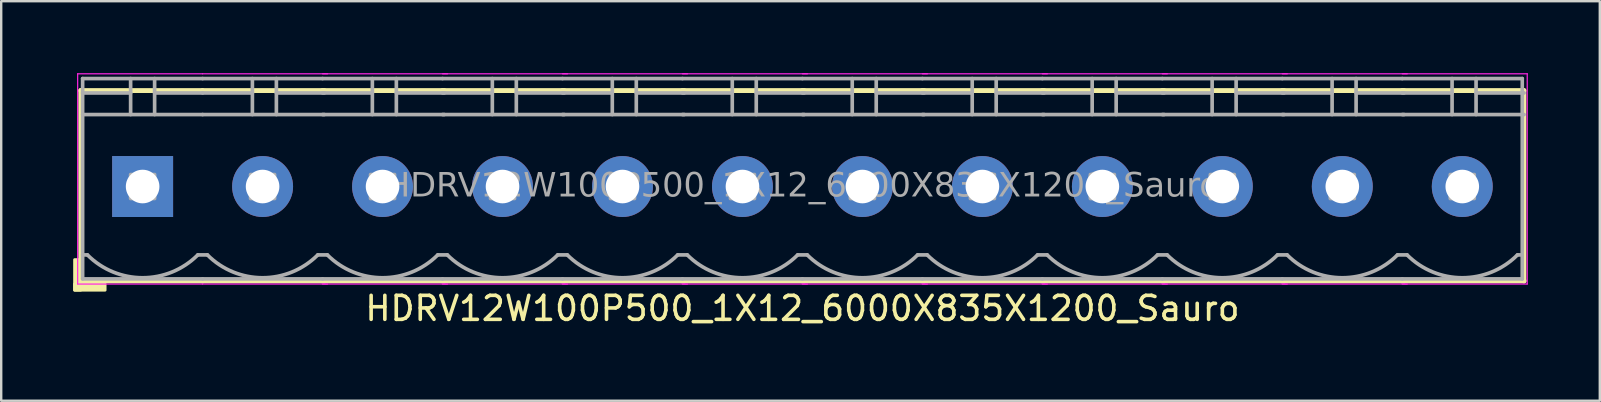
<source format=kicad_pcb>
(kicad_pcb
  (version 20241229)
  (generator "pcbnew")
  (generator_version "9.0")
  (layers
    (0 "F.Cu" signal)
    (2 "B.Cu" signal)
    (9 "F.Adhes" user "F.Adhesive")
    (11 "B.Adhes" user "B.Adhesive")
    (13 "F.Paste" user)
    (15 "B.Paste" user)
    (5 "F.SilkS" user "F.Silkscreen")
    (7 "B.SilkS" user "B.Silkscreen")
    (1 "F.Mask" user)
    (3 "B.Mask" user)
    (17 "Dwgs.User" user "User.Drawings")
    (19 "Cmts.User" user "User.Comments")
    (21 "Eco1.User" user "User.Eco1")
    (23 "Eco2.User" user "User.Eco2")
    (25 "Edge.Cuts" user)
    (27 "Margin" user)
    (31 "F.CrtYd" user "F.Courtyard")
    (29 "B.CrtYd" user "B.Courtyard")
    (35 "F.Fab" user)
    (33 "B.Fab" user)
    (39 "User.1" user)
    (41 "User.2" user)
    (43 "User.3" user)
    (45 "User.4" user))
  (footprint "HDRV12W100P500_1X12_6000X835X1200_Sauro"
    (layer "F.Cu")
    (at 30.394 4.724)
    (property "Reference" "HDRV12W100P500_1X12_6000X835X1200_Sauro" (at 0 5.08 0) (layer "F.SilkS") (effects (font (size 1 1) (thickness 0.15))))
    (attr through_hole)
    (fp_line (start -30.08 -4) (end -30.08 3.937) (stroke (width 0.203) (type solid)) (layer "F.SilkS"))
    (fp_line (start -30.08 3.937) (end -25 3.937) (stroke (width 0.203) (type solid)) (layer "F.SilkS"))
    (fp_line (start -25.005 -4) (end -30.08 -4) (stroke (width 0.203) (type solid)) (layer "F.SilkS"))
    (fp_line (start -25 3.937) (end -19.92 3.937) (stroke (width 0.203) (type solid)) (layer "F.SilkS"))
    (fp_line (start -20 3.937) (end -14.92 3.937) (stroke (width 0.203) (type solid)) (layer "F.SilkS"))
    (fp_line (start -19.93 -4) (end -25.005 -4) (stroke (width 0.203) (type solid)) (layer "F.SilkS"))
    (fp_line (start -15 3.937) (end -9.92 3.937) (stroke (width 0.203) (type solid)) (layer "F.SilkS"))
    (fp_line (start -14.93 -4) (end -20.005 -4) (stroke (width 0.203) (type solid)) (layer "F.SilkS"))
    (fp_line (start -10 3.937) (end -4.92 3.937) (stroke (width 0.203) (type solid)) (layer "F.SilkS"))
    (fp_line (start -9.93 -4) (end -15.005 -4) (stroke (width 0.203) (type solid)) (layer "F.SilkS"))
    (fp_line (start -5 3.937) (end 0.08 3.937) (stroke (width 0.203) (type solid)) (layer "F.SilkS"))
    (fp_line (start -4.93 -4) (end -10.005 -4) (stroke (width 0.203) (type solid)) (layer "F.SilkS"))
    (fp_line (start 0 3.937) (end 5.08 3.937) (stroke (width 0.203) (type solid)) (layer "F.SilkS"))
    (fp_line (start 0.07 -4) (end -5.005 -4) (stroke (width 0.203) (type solid)) (layer "F.SilkS"))
    (fp_line (start 5 3.937) (end 10.08 3.937) (stroke (width 0.203) (type solid)) (layer "F.SilkS"))
    (fp_line (start 5.07 -4) (end -0.005 -4) (stroke (width 0.203) (type solid)) (layer "F.SilkS"))
    (fp_line (start 10 3.937) (end 15.08 3.937) (stroke (width 0.203) (type solid)) (layer "F.SilkS"))
    (fp_line (start 10.07 -4) (end 4.995 -4) (stroke (width 0.203) (type solid)) (layer "F.SilkS"))
    (fp_line (start 15 3.937) (end 20.08 3.937) (stroke (width 0.203) (type solid)) (layer "F.SilkS"))
    (fp_line (start 15.07 -4) (end 9.995 -4) (stroke (width 0.203) (type solid)) (layer "F.SilkS"))
    (fp_line (start 20 3.937) (end 25.08 3.937) (stroke (width 0.203) (type solid)) (layer "F.SilkS"))
    (fp_line (start 20.07 -4) (end 14.995 -4) (stroke (width 0.203) (type solid)) (layer "F.SilkS"))
    (fp_line (start 25 3.937) (end 30.08 3.937) (stroke (width 0.203) (type solid)) (layer "F.SilkS"))
    (fp_line (start 25.07 -4) (end 19.995 -4) (stroke (width 0.203) (type solid)) (layer "F.SilkS"))
    (fp_line (start 30.07 -4) (end 24.995 -4) (stroke (width 0.203) (type solid)) (layer "F.SilkS"))
    (fp_line (start 30.07 -4) (end 30.07 3.937) (stroke (width 0.203) (type solid)) (layer "F.SilkS"))
    (fp_rect (start -30.08 3.048) (end -30.334 4.318) (stroke (width 0.12) (type solid)) (fill yes) (layer "F.SilkS"))
    (fp_rect (start -29.064 4.318) (end -30.334 4.064) (stroke (width 0.12) (type solid)) (fill yes) (layer "F.SilkS"))
    (fp_line (start -30.207 4.064) (end -30.207 -4.699) (stroke (width 0.05) (type solid)) (layer "F.CrtYd"))
    (fp_line (start -25.005 4.064) (end -30.207 4.064) (stroke (width 0.05) (type solid)) (layer "F.CrtYd"))
    (fp_line (start -25 -4.699) (end -30.207 -4.699) (stroke (width 0.05) (type solid)) (layer "F.CrtYd"))
    (fp_line (start -19.793 -4.699) (end -25 -4.699) (stroke (width 0.05) (type solid)) (layer "F.CrtYd"))
    (fp_line (start -19.793 4.064) (end -25.005 4.064) (stroke (width 0.05) (type solid)) (layer "F.CrtYd"))
    (fp_line (start -14.793 -4.699) (end -20 -4.699) (stroke (width 0.05) (type solid)) (layer "F.CrtYd"))
    (fp_line (start -14.793 4.064) (end -20.005 4.064) (stroke (width 0.05) (type solid)) (layer "F.CrtYd"))
    (fp_line (start -9.793 -4.699) (end -15 -4.699) (stroke (width 0.05) (type solid)) (layer "F.CrtYd"))
    (fp_line (start -9.793 4.064) (end -15.005 4.064) (stroke (width 0.05) (type solid)) (layer "F.CrtYd"))
    (fp_line (start -4.793 -4.699) (end -10 -4.699) (stroke (width 0.05) (type solid)) (layer "F.CrtYd"))
    (fp_line (start -4.793 4.064) (end -10.005 4.064) (stroke (width 0.05) (type solid)) (layer "F.CrtYd"))
    (fp_line (start 0.207 -4.699) (end -5 -4.699) (stroke (width 0.05) (type solid)) (layer "F.CrtYd"))
    (fp_line (start 0.207 4.064) (end -5.005 4.064) (stroke (width 0.05) (type solid)) (layer "F.CrtYd"))
    (fp_line (start 5.207 -4.699) (end 0 -4.699) (stroke (width 0.05) (type solid)) (layer "F.CrtYd"))
    (fp_line (start 5.207 4.064) (end -0.005 4.064) (stroke (width 0.05) (type solid)) (layer "F.CrtYd"))
    (fp_line (start 10.207 -4.699) (end 5 -4.699) (stroke (width 0.05) (type solid)) (layer "F.CrtYd"))
    (fp_line (start 10.207 4.064) (end 4.995 4.064) (stroke (width 0.05) (type solid)) (layer "F.CrtYd"))
    (fp_line (start 15.207 -4.699) (end 10 -4.699) (stroke (width 0.05) (type solid)) (layer "F.CrtYd"))
    (fp_line (start 15.207 4.064) (end 9.995 4.064) (stroke (width 0.05) (type solid)) (layer "F.CrtYd"))
    (fp_line (start 20.207 -4.699) (end 15 -4.699) (stroke (width 0.05) (type solid)) (layer "F.CrtYd"))
    (fp_line (start 20.207 4.064) (end 14.995 4.064) (stroke (width 0.05) (type solid)) (layer "F.CrtYd"))
    (fp_line (start 25.207 -4.699) (end 20 -4.699) (stroke (width 0.05) (type solid)) (layer "F.CrtYd"))
    (fp_line (start 25.207 4.064) (end 19.995 4.064) (stroke (width 0.05) (type solid)) (layer "F.CrtYd"))
    (fp_line (start 30.207 -4.699) (end 25 -4.699) (stroke (width 0.05) (type solid)) (layer "F.CrtYd"))
    (fp_line (start 30.207 -4.699) (end 30.207 4.064) (stroke (width 0.05) (type solid)) (layer "F.CrtYd"))
    (fp_line (start 30.207 4.064) (end 24.995 4.064) (stroke (width 0.05) (type solid)) (layer "F.CrtYd"))
    (fp_line (start -30 -4.5) (end -30 3.85) (stroke (width 0.152) (type solid)) (layer "F.Fab"))
    (fp_line (start -29.8 2.85) (end -30 2.85) (stroke (width 0.152) (type solid)) (layer "F.Fab"))
    (fp_line (start -28 -4.5) (end -28 -3) (stroke (width 0.152) (type default)) (layer "F.Fab"))
    (fp_line (start -28 -3.9) (end -30 -3.9) (stroke (width 0.152) (type solid)) (layer "F.Fab"))
    (fp_line (start -27 -4.5) (end -27 -3) (stroke (width 0.152) (type default)) (layer "F.Fab"))
    (fp_line (start -27 -3.9) (end -25 -3.9) (stroke (width 0.152) (type solid)) (layer "F.Fab"))
    (fp_line (start -25.2 2.85) (end -24.8 2.85) (stroke (width 0.152) (type solid)) (layer "F.Fab"))
    (fp_line (start -25 -4.5) (end -30 -4.5) (stroke (width 0.152) (type solid)) (layer "F.Fab"))
    (fp_line (start -25 -3) (end -30 -3) (stroke (width 0.152) (type solid)) (layer "F.Fab"))
    (fp_line (start -25 3.85) (end -30 3.85) (stroke (width 0.152) (type solid)) (layer "F.Fab"))
    (fp_line (start -25 3.85) (end -20 3.85) (stroke (width 0.152) (type solid)) (layer "F.Fab"))
    (fp_line (start -22.925 -4.5) (end -22.925 -3) (stroke (width 0.152) (type default)) (layer "F.Fab"))
    (fp_line (start -22.925 -3.9) (end -25 -3.9) (stroke (width 0.152) (type solid)) (layer "F.Fab"))
    (fp_line (start -21.925 -4.5) (end -21.925 -3) (stroke (width 0.152) (type default)) (layer "F.Fab"))
    (fp_line (start -21.925 -3.9) (end -19.925 -3.9) (stroke (width 0.152) (type solid)) (layer "F.Fab"))
    (fp_line (start -20.2 2.85) (end -19.8 2.85) (stroke (width 0.152) (type solid)) (layer "F.Fab"))
    (fp_line (start -20 -4.5) (end -25 -4.5) (stroke (width 0.152) (type solid)) (layer "F.Fab"))
    (fp_line (start -20 3.85) (end -15 3.85) (stroke (width 0.152) (type solid)) (layer "F.Fab"))
    (fp_line (start -19.925 -3) (end -25 -3) (stroke (width 0.152) (type solid)) (layer "F.Fab"))
    (fp_line (start -17.925 -4.5) (end -17.925 -3) (stroke (width 0.152) (type default)) (layer "F.Fab"))
    (fp_line (start -17.925 -3.9) (end -20 -3.9) (stroke (width 0.152) (type solid)) (layer "F.Fab"))
    (fp_line (start -16.925 -4.5) (end -16.925 -3) (stroke (width 0.152) (type default)) (layer "F.Fab"))
    (fp_line (start -16.925 -3.9) (end -14.925 -3.9) (stroke (width 0.152) (type solid)) (layer "F.Fab"))
    (fp_line (start -15.2 2.85) (end -14.8 2.85) (stroke (width 0.152) (type solid)) (layer "F.Fab"))
    (fp_line (start -15 -4.5) (end -20 -4.5) (stroke (width 0.152) (type solid)) (layer "F.Fab"))
    (fp_line (start -15 3.85) (end -10 3.85) (stroke (width 0.152) (type solid)) (layer "F.Fab"))
    (fp_line (start -14.925 -3) (end -20 -3) (stroke (width 0.152) (type solid)) (layer "F.Fab"))
    (fp_line (start -12.925 -4.5) (end -12.925 -3) (stroke (width 0.152) (type default)) (layer "F.Fab"))
    (fp_line (start -12.925 -3.9) (end -15 -3.9) (stroke (width 0.152) (type solid)) (layer "F.Fab"))
    (fp_line (start -11.925 -4.5) (end -11.925 -3) (stroke (width 0.152) (type default)) (layer "F.Fab"))
    (fp_line (start -11.925 -3.9) (end -9.925 -3.9) (stroke (width 0.152) (type solid)) (layer "F.Fab"))
    (fp_line (start -10.2 2.85) (end -9.8 2.85) (stroke (width 0.152) (type solid)) (layer "F.Fab"))
    (fp_line (start -10 -4.5) (end -15 -4.5) (stroke (width 0.152) (type solid)) (layer "F.Fab"))
    (fp_line (start -10 3.85) (end -5 3.85) (stroke (width 0.152) (type solid)) (layer "F.Fab"))
    (fp_line (start -9.925 -3) (end -15 -3) (stroke (width 0.152) (type solid)) (layer "F.Fab"))
    (fp_line (start -7.925 -4.5) (end -7.925 -3) (stroke (width 0.152) (type default)) (layer "F.Fab"))
    (fp_line (start -7.925 -3.9) (end -10 -3.9) (stroke (width 0.152) (type solid)) (layer "F.Fab"))
    (fp_line (start -6.925 -4.5) (end -6.925 -3) (stroke (width 0.152) (type default)) (layer "F.Fab"))
    (fp_line (start -6.925 -3.9) (end -4.925 -3.9) (stroke (width 0.152) (type solid)) (layer "F.Fab"))
    (fp_line (start -5.2 2.85) (end -4.8 2.85) (stroke (width 0.152) (type solid)) (layer "F.Fab"))
    (fp_line (start -5 -4.5) (end -10 -4.5) (stroke (width 0.152) (type solid)) (layer "F.Fab"))
    (fp_line (start -5 3.85) (end 0 3.85) (stroke (width 0.152) (type solid)) (layer "F.Fab"))
    (fp_line (start -4.925 -3) (end -10 -3) (stroke (width 0.152) (type solid)) (layer "F.Fab"))
    (fp_line (start -2.925 -4.5) (end -2.925 -3) (stroke (width 0.152) (type default)) (layer "F.Fab"))
    (fp_line (start -2.925 -3.9) (end -5 -3.9) (stroke (width 0.152) (type solid)) (layer "F.Fab"))
    (fp_line (start -1.925 -4.5) (end -1.925 -3) (stroke (width 0.152) (type default)) (layer "F.Fab"))
    (fp_line (start -1.925 -3.9) (end 0.075 -3.9) (stroke (width 0.152) (type solid)) (layer "F.Fab"))
    (fp_line (start -0.2 2.85) (end 0.2 2.85) (stroke (width 0.152) (type solid)) (layer "F.Fab"))
    (fp_line (start 0 -4.5) (end -5 -4.5) (stroke (width 0.152) (type solid)) (layer "F.Fab"))
    (fp_line (start 0 3.85) (end 5 3.85) (stroke (width 0.152) (type solid)) (layer "F.Fab"))
    (fp_line (start 0.075 -3) (end -5 -3) (stroke (width 0.152) (type solid)) (layer "F.Fab"))
    (fp_line (start 2.075 -4.5) (end 2.075 -3) (stroke (width 0.152) (type default)) (layer "F.Fab"))
    (fp_line (start 2.075 -3.9) (end 0 -3.9) (stroke (width 0.152) (type solid)) (layer "F.Fab"))
    (fp_line (start 3.075 -4.5) (end 3.075 -3) (stroke (width 0.152) (type default)) (layer "F.Fab"))
    (fp_line (start 3.075 -3.9) (end 5.075 -3.9) (stroke (width 0.152) (type solid)) (layer "F.Fab"))
    (fp_line (start 4.8 2.85) (end 5.2 2.85) (stroke (width 0.152) (type solid)) (layer "F.Fab"))
    (fp_line (start 5 -4.5) (end 0 -4.5) (stroke (width 0.152) (type solid)) (layer "F.Fab"))
    (fp_line (start 5 3.85) (end 10 3.85) (stroke (width 0.152) (type solid)) (layer "F.Fab"))
    (fp_line (start 5.075 -3) (end 0 -3) (stroke (width 0.152) (type solid)) (layer "F.Fab"))
    (fp_line (start 7.075 -4.5) (end 7.075 -3) (stroke (width 0.152) (type default)) (layer "F.Fab"))
    (fp_line (start 7.075 -3.9) (end 5 -3.9) (stroke (width 0.152) (type solid)) (layer "F.Fab"))
    (fp_line (start 8.075 -4.5) (end 8.075 -3) (stroke (width 0.152) (type default)) (layer "F.Fab"))
    (fp_line (start 8.075 -3.9) (end 10.075 -3.9) (stroke (width 0.152) (type solid)) (layer "F.Fab"))
    (fp_line (start 9.8 2.85) (end 10.2 2.85) (stroke (width 0.152) (type solid)) (layer "F.Fab"))
    (fp_line (start 10 -4.5) (end 5 -4.5) (stroke (width 0.152) (type solid)) (layer "F.Fab"))
    (fp_line (start 10 3.85) (end 15 3.85) (stroke (width 0.152) (type solid)) (layer "F.Fab"))
    (fp_line (start 10.075 -3) (end 5 -3) (stroke (width 0.152) (type solid)) (layer "F.Fab"))
    (fp_line (start 12.075 -4.5) (end 12.075 -3) (stroke (width 0.152) (type default)) (layer "F.Fab"))
    (fp_line (start 12.075 -3.9) (end 10 -3.9) (stroke (width 0.152) (type solid)) (layer "F.Fab"))
    (fp_line (start 13.075 -4.5) (end 13.075 -3) (stroke (width 0.152) (type default)) (layer "F.Fab"))
    (fp_line (start 13.075 -3.9) (end 15.075 -3.9) (stroke (width 0.152) (type solid)) (layer "F.Fab"))
    (fp_line (start 14.8 2.85) (end 15.2 2.85) (stroke (width 0.152) (type solid)) (layer "F.Fab"))
    (fp_line (start 15 -4.5) (end 10 -4.5) (stroke (width 0.152) (type solid)) (layer "F.Fab"))
    (fp_line (start 15 3.85) (end 20 3.85) (stroke (width 0.152) (type solid)) (layer "F.Fab"))
    (fp_line (start 15.075 -3) (end 10 -3) (stroke (width 0.152) (type solid)) (layer "F.Fab"))
    (fp_line (start 17.075 -4.5) (end 17.075 -3) (stroke (width 0.152) (type default)) (layer "F.Fab"))
    (fp_line (start 17.075 -3.9) (end 15 -3.9) (stroke (width 0.152) (type solid)) (layer "F.Fab"))
    (fp_line (start 18.075 -4.5) (end 18.075 -3) (stroke (width 0.152) (type default)) (layer "F.Fab"))
    (fp_line (start 18.075 -3.9) (end 20.075 -3.9) (stroke (width 0.152) (type solid)) (layer "F.Fab"))
    (fp_line (start 19.8 2.85) (end 20.2 2.85) (stroke (width 0.152) (type solid)) (layer "F.Fab"))
    (fp_line (start 20 -4.5) (end 15 -4.5) (stroke (width 0.152) (type solid)) (layer "F.Fab"))
    (fp_line (start 20 3.85) (end 25 3.85) (stroke (width 0.152) (type solid)) (layer "F.Fab"))
    (fp_line (start 20.075 -3) (end 15 -3) (stroke (width 0.152) (type solid)) (layer "F.Fab"))
    (fp_line (start 22.075 -4.5) (end 22.075 -3) (stroke (width 0.152) (type default)) (layer "F.Fab"))
    (fp_line (start 22.075 -3.9) (end 20 -3.9) (stroke (width 0.152) (type solid)) (layer "F.Fab"))
    (fp_line (start 23.075 -4.5) (end 23.075 -3) (stroke (width 0.152) (type default)) (layer "F.Fab"))
    (fp_line (start 23.075 -3.9) (end 25.075 -3.9) (stroke (width 0.152) (type solid)) (layer "F.Fab"))
    (fp_line (start 24.8 2.85) (end 25.2 2.85) (stroke (width 0.152) (type solid)) (layer "F.Fab"))
    (fp_line (start 25 -4.5) (end 20 -4.5) (stroke (width 0.152) (type solid)) (layer "F.Fab"))
    (fp_line (start 25 3.85) (end 30 3.85) (stroke (width 0.152) (type solid)) (layer "F.Fab"))
    (fp_line (start 25.075 -3) (end 20 -3) (stroke (width 0.152) (type solid)) (layer "F.Fab"))
    (fp_line (start 27.075 -4.5) (end 27.075 -3) (stroke (width 0.152) (type default)) (layer "F.Fab"))
    (fp_line (start 27.075 -3.9) (end 25 -3.9) (stroke (width 0.152) (type solid)) (layer "F.Fab"))
    (fp_line (start 28.075 -4.5) (end 28.075 -3) (stroke (width 0.152) (type default)) (layer "F.Fab"))
    (fp_line (start 28.075 -3.9) (end 30.075 -3.9) (stroke (width 0.152) (type solid)) (layer "F.Fab"))
    (fp_line (start 30 -4.5) (end 25 -4.5) (stroke (width 0.152) (type solid)) (layer "F.Fab"))
    (fp_line (start 30 -4.5) (end 30 3.85) (stroke (width 0.152) (type solid)) (layer "F.Fab"))
    (fp_line (start 30 2.85) (end 29.8 2.85) (stroke (width 0.152) (type solid)) (layer "F.Fab"))
    (fp_line (start 30.075 -3) (end 25 -3) (stroke (width 0.152) (type solid)) (layer "F.Fab"))
    (fp_rect (start -28 -0.5) (end -27 0.5) (stroke (width 0.152) (type solid)) (fill no) (layer "F.Fab"))
    (fp_rect (start -23 -0.5) (end -22 0.5) (stroke (width 0.152) (type solid)) (fill no) (layer "F.Fab"))
    (fp_rect (start -18 -0.5) (end -17 0.5) (stroke (width 0.152) (type solid)) (fill no) (layer "F.Fab"))
    (fp_rect (start -13 -0.5) (end -12 0.5) (stroke (width 0.152) (type solid)) (fill no) (layer "F.Fab"))
    (fp_rect (start -8 -0.5) (end -7 0.5) (stroke (width 0.152) (type solid)) (fill no) (layer "F.Fab"))
    (fp_rect (start -3 -0.5) (end -2 0.5) (stroke (width 0.152) (type solid)) (fill no) (layer "F.Fab"))
    (fp_rect (start 2 -0.5) (end 3 0.5) (stroke (width 0.152) (type solid)) (fill no) (layer "F.Fab"))
    (fp_rect (start 7 -0.5) (end 8 0.5) (stroke (width 0.152) (type solid)) (fill no) (layer "F.Fab"))
    (fp_rect (start 12 -0.5) (end 13 0.5) (stroke (width 0.152) (type solid)) (fill no) (layer "F.Fab"))
    (fp_rect (start 17 -0.5) (end 18 0.5) (stroke (width 0.152) (type solid)) (fill no) (layer "F.Fab"))
    (fp_rect (start 22 -0.5) (end 23 0.5) (stroke (width 0.152) (type solid)) (fill no) (layer "F.Fab"))
    (fp_rect (start 27 -0.5) (end 28 0.5) (stroke (width 0.152) (type solid)) (fill no) (layer "F.Fab"))
    (fp_arc (start -25.2 2.85) (mid -27.5 3.802691) (end -29.8 2.85) (stroke (width 0.1524) (type default)) (layer "F.Fab"))
    (fp_arc (start -20.2 2.85) (mid -22.5 3.802691) (end -24.8 2.85) (stroke (width 0.1524) (type default)) (layer "F.Fab"))
    (fp_arc (start -15.2 2.85) (mid -17.5 3.802691) (end -19.8 2.85) (stroke (width 0.1524) (type default)) (layer "F.Fab"))
    (fp_arc (start -10.2 2.85) (mid -12.5 3.802691) (end -14.8 2.85) (stroke (width 0.1524) (type default)) (layer "F.Fab"))
    (fp_arc (start -5.2 2.85) (mid -7.5 3.802691) (end -9.8 2.85) (stroke (width 0.1524) (type default)) (layer "F.Fab"))
    (fp_arc (start -0.2 2.85) (mid -2.5 3.802691) (end -4.8 2.85) (stroke (width 0.1524) (type default)) (layer "F.Fab"))
    (fp_arc (start 4.8 2.85) (mid 2.5 3.802691) (end 0.2 2.85) (stroke (width 0.1524) (type default)) (layer "F.Fab"))
    (fp_arc (start 9.8 2.85) (mid 7.5 3.802691) (end 5.2 2.85) (stroke (width 0.1524) (type default)) (layer "F.Fab"))
    (fp_arc (start 14.8 2.85) (mid 12.5 3.802691) (end 10.2 2.85) (stroke (width 0.1524) (type default)) (layer "F.Fab"))
    (fp_arc (start 19.8 2.85) (mid 17.5 3.802691) (end 15.2 2.85) (stroke (width 0.1524) (type default)) (layer "F.Fab"))
    (fp_arc (start 24.8 2.85) (mid 22.5 3.802691) (end 20.2 2.85) (stroke (width 0.1524) (type default)) (layer "F.Fab"))
    (fp_arc (start 29.8 2.85) (mid 27.5 3.802691) (end 25.2 2.85) (stroke (width 0.1524) (type default)) (layer "F.Fab"))
    (fp_text user "${REFERENCE}" (at 0 0 0) (layer "F.Fab") (effects (font (face "Tahoma") (size 1 1) (thickness 0.15))))
    (pad "1" thru_hole rect (at -27.5 0) (size 2.54 2.54) (drill 1.4) (layers "*.Cu" "*.Mask"))
    (pad "2" thru_hole circle (at -22.5 0) (size 2.54 2.54) (drill 1.4) (layers "*.Cu" "*.Mask"))
    (pad "3" thru_hole circle (at -17.5 0) (size 2.54 2.54) (drill 1.4) (layers "*.Cu" "*.Mask"))
    (pad "4" thru_hole circle (at -12.5 0) (size 2.54 2.54) (drill 1.4) (layers "*.Cu" "*.Mask"))
    (pad "5" thru_hole circle (at -7.5 0) (size 2.54 2.54) (drill 1.4) (layers "*.Cu" "*.Mask"))
    (pad "6" thru_hole circle (at -2.5 0) (size 2.54 2.54) (drill 1.4) (layers "*.Cu" "*.Mask"))
    (pad "7" thru_hole circle (at 2.5 0) (size 2.54 2.54) (drill 1.4) (layers "*.Cu" "*.Mask"))
    (pad "8" thru_hole circle (at 7.5 0) (size 2.54 2.54) (drill 1.4) (layers "*.Cu" "*.Mask"))
    (pad "9" thru_hole circle (at 12.5 0) (size 2.54 2.54) (drill 1.4) (layers "*.Cu" "*.Mask"))
    (pad "10" thru_hole circle (at 17.5 0) (size 2.54 2.54) (drill 1.4) (layers "*.Cu" "*.Mask"))
    (pad "11" thru_hole circle (at 22.5 0) (size 2.54 2.54) (drill 1.4) (layers "*.Cu" "*.Mask"))
    (pad "12" thru_hole circle (at 27.5 0) (size 2.54 2.54) (drill 1.4) (layers "*.Cu" "*.Mask")))
  (gr_rect
    (start -3 -3)
    (end 63.626 13.652)
    (stroke (width 0.1) (type default))
    (fill no)
    (layer "Edge.Cuts")))
</source>
